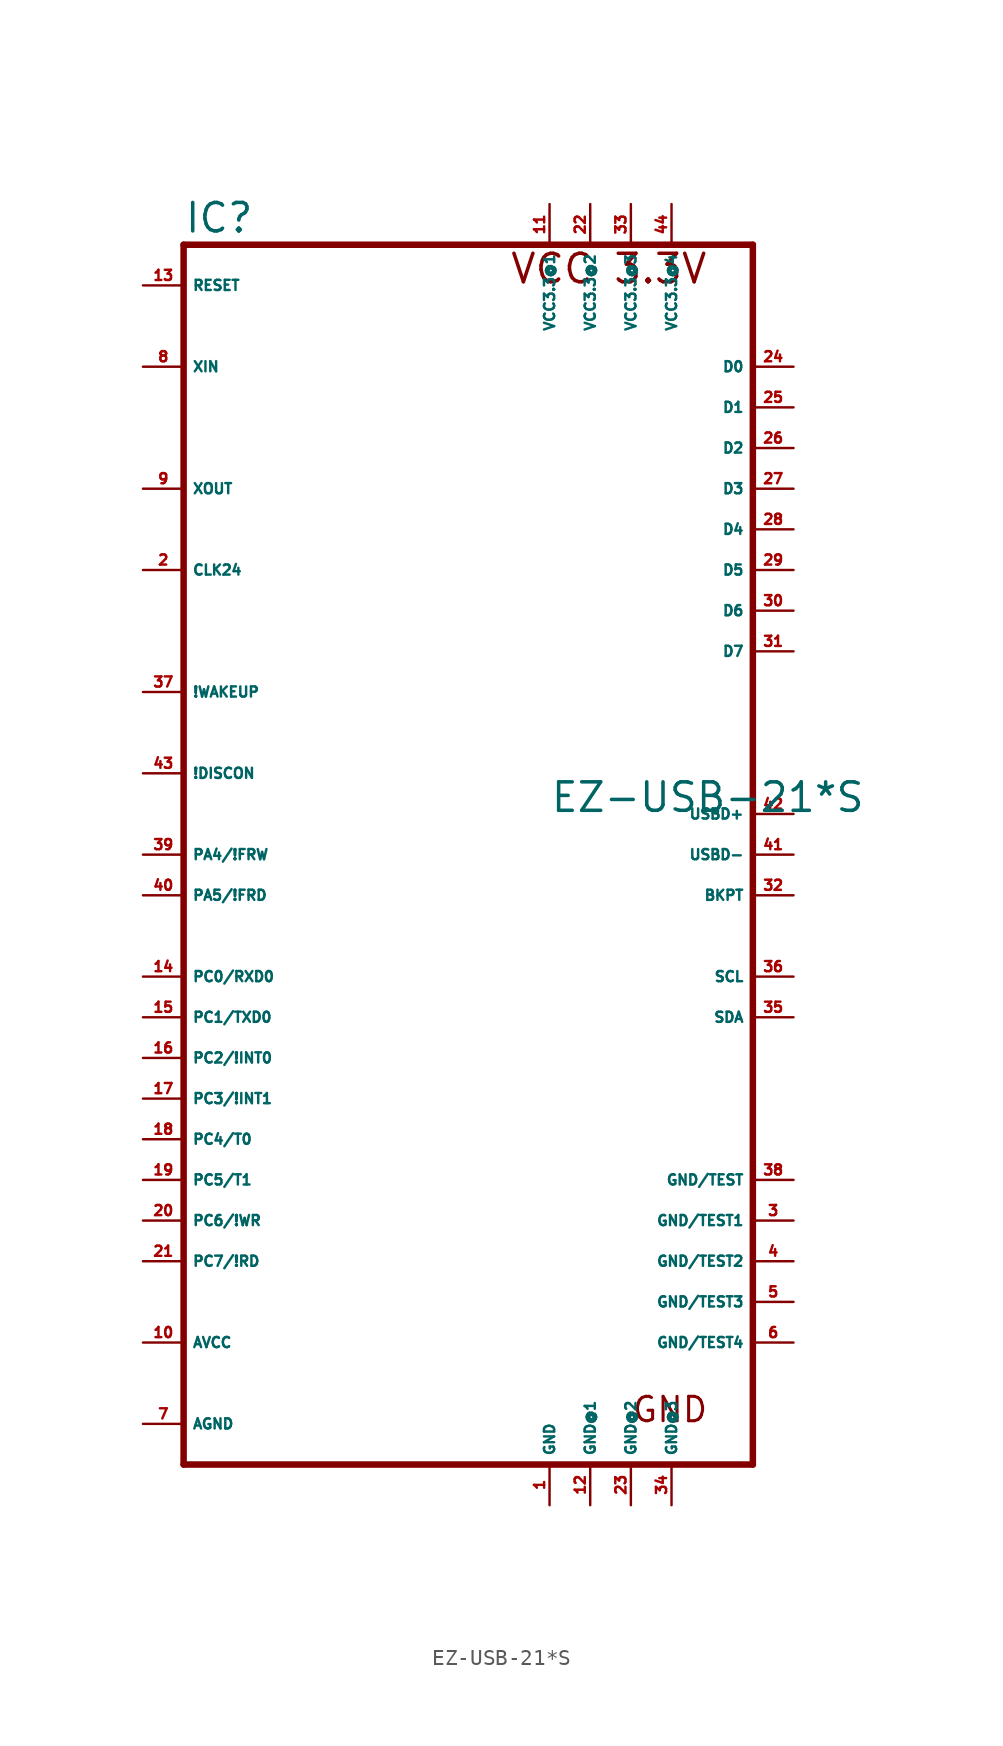
<source format=kicad_sym>
(kicad_symbol_lib
  (version 20220914)
  (generator Eagle2Kicad)
  (symbol "EZ-USB-21*S"
    (property "Reference" "IC"
      (at -17.78 38.735 0)
      (effects (font (size 1.778 1.778) (thickness 0.22)) (justify left bottom)))
    (property "Value" "EZ-USB-21*S"
      (at 5.08 2.54 0)
      (effects (font (size 1.778 1.778) (thickness 0.22)) (justify left bottom)))
    (polyline
      (pts (xy 17.78 38.1) (xy 17.78 -38.1))
      (stroke (width 0.406) (type default))
      (fill (type none)))
    (polyline
      (pts (xy -17.78 -38.1) (xy 17.78 -38.1))
      (stroke (width 0.406) (type default))
      (fill (type none)))
    (polyline
      (pts (xy -17.78 -38.1) (xy -17.78 38.1))
      (stroke (width 0.406) (type default))
      (fill (type none)))
    (polyline
      (pts (xy 17.78 38.1) (xy -17.78 38.1))
      (stroke (width 0.406) (type default))
      (fill (type none)))
    (text "VCC 3.3V"
      (at 2.54 35.56 0)
      (effects (font (size 1.778 1.778) (thickness 0.22)) (justify left bottom)))
    (text "GND"
      (at 10.16 -35.56 0)
      (effects (font (size 1.524 1.524) (thickness 0.19)) (justify left bottom)))
    (pin output line
      (at -20.32 22.86 0)
      (length 2.54)
      (name "XOUT" (effects (font (size 0.635 0.635) (thickness 0.08)) (justify left bottom)))
      (number "9" (effects (font (size 0.635 0.635) (thickness 0.08)) (justify left bottom))))
    (pin input line
      (at -20.32 30.48 0)
      (length 2.54)
      (name "XIN" (effects (font (size 0.635 0.635) (thickness 0.08)) (justify left bottom)))
      (number "8" (effects (font (size 0.635 0.635) (thickness 0.08)) (justify left bottom))))
    (pin open_collector line
      (at 20.32 -7.62 180)
      (length 2.54)
      (name "SCL" (effects (font (size 0.635 0.635) (thickness 0.08)) (justify left bottom)))
      (number "36" (effects (font (size 0.635 0.635) (thickness 0.08)) (justify left bottom))))
    (pin open_collector line
      (at 20.32 -10.16 180)
      (length 2.54)
      (name "SDA" (effects (font (size 0.635 0.635) (thickness 0.08)) (justify left bottom)))
      (number "35" (effects (font (size 0.635 0.635) (thickness 0.08)) (justify left bottom))))
    (pin input line
      (at -20.32 35.56 0)
      (length 2.54)
      (name "RESET" (effects (font (size 0.635 0.635) (thickness 0.08)) (justify left bottom)))
      (number "13" (effects (font (size 0.635 0.635) (thickness 0.08)) (justify left bottom))))
    (pin bidirectional line
      (at -20.32 0 0)
      (length 2.54)
      (name "PA4/!FRW" (effects (font (size 0.635 0.635) (thickness 0.08)) (justify left bottom)))
      (number "39" (effects (font (size 0.635 0.635) (thickness 0.08)) (justify left bottom))))
    (pin bidirectional line
      (at -20.32 -2.54 0)
      (length 2.54)
      (name "PA5/!FRD" (effects (font (size 0.635 0.635) (thickness 0.08)) (justify left bottom)))
      (number "40" (effects (font (size 0.635 0.635) (thickness 0.08)) (justify left bottom))))
    (pin tri_state line
      (at 20.32 30.48 180)
      (length 2.54)
      (name "D0" (effects (font (size 0.635 0.635) (thickness 0.08)) (justify left bottom)))
      (number "24" (effects (font (size 0.635 0.635) (thickness 0.08)) (justify left bottom))))
    (pin tri_state line
      (at 20.32 27.94 180)
      (length 2.54)
      (name "D1" (effects (font (size 0.635 0.635) (thickness 0.08)) (justify left bottom)))
      (number "25" (effects (font (size 0.635 0.635) (thickness 0.08)) (justify left bottom))))
    (pin tri_state line
      (at 20.32 25.4 180)
      (length 2.54)
      (name "D2" (effects (font (size 0.635 0.635) (thickness 0.08)) (justify left bottom)))
      (number "26" (effects (font (size 0.635 0.635) (thickness 0.08)) (justify left bottom))))
    (pin tri_state line
      (at 20.32 22.86 180)
      (length 2.54)
      (name "D3" (effects (font (size 0.635 0.635) (thickness 0.08)) (justify left bottom)))
      (number "27" (effects (font (size 0.635 0.635) (thickness 0.08)) (justify left bottom))))
    (pin tri_state line
      (at 20.32 20.32 180)
      (length 2.54)
      (name "D4" (effects (font (size 0.635 0.635) (thickness 0.08)) (justify left bottom)))
      (number "28" (effects (font (size 0.635 0.635) (thickness 0.08)) (justify left bottom))))
    (pin tri_state line
      (at 20.32 17.78 180)
      (length 2.54)
      (name "D5" (effects (font (size 0.635 0.635) (thickness 0.08)) (justify left bottom)))
      (number "29" (effects (font (size 0.635 0.635) (thickness 0.08)) (justify left bottom))))
    (pin tri_state line
      (at 20.32 15.24 180)
      (length 2.54)
      (name "D6" (effects (font (size 0.635 0.635) (thickness 0.08)) (justify left bottom)))
      (number "30" (effects (font (size 0.635 0.635) (thickness 0.08)) (justify left bottom))))
    (pin tri_state line
      (at 20.32 12.7 180)
      (length 2.54)
      (name "D7" (effects (font (size 0.635 0.635) (thickness 0.08)) (justify left bottom)))
      (number "31" (effects (font (size 0.635 0.635) (thickness 0.08)) (justify left bottom))))
    (pin unspecified line
      (at -20.32 -30.48 0)
      (length 2.54)
      (name "AVCC" (effects (font (size 0.635 0.635) (thickness 0.08)) (justify left bottom)))
      (number "10" (effects (font (size 0.635 0.635) (thickness 0.08)) (justify left bottom))))
    (pin unspecified line
      (at -20.32 -35.56 0)
      (length 2.54)
      (name "AGND" (effects (font (size 0.635 0.635) (thickness 0.08)) (justify left bottom)))
      (number "7" (effects (font (size 0.635 0.635) (thickness 0.08)) (justify left bottom))))
    (pin output line
      (at -20.32 5.08 0)
      (length 2.54)
      (name "!DISCON" (effects (font (size 0.635 0.635) (thickness 0.08)) (justify left bottom)))
      (number "43" (effects (font (size 0.635 0.635) (thickness 0.08)) (justify left bottom))))
    (pin tri_state line
      (at 20.32 2.54 180)
      (length 2.54)
      (name "USBD+" (effects (font (size 0.635 0.635) (thickness 0.08)) (justify left bottom)))
      (number "42" (effects (font (size 0.635 0.635) (thickness 0.08)) (justify left bottom))))
    (pin tri_state line
      (at 20.32 0 180)
      (length 2.54)
      (name "USBD-" (effects (font (size 0.635 0.635) (thickness 0.08)) (justify left bottom)))
      (number "41" (effects (font (size 0.635 0.635) (thickness 0.08)) (justify left bottom))))
    (pin output line
      (at 20.32 -2.54 180)
      (length 2.54)
      (name "BKPT" (effects (font (size 0.635 0.635) (thickness 0.08)) (justify left bottom)))
      (number "32" (effects (font (size 0.635 0.635) (thickness 0.08)) (justify left bottom))))
    (pin bidirectional line
      (at -20.32 -7.62 0)
      (length 2.54)
      (name "PC0/RXD0" (effects (font (size 0.635 0.635) (thickness 0.08)) (justify left bottom)))
      (number "14" (effects (font (size 0.635 0.635) (thickness 0.08)) (justify left bottom))))
    (pin bidirectional line
      (at -20.32 -10.16 0)
      (length 2.54)
      (name "PC1/TXD0" (effects (font (size 0.635 0.635) (thickness 0.08)) (justify left bottom)))
      (number "15" (effects (font (size 0.635 0.635) (thickness 0.08)) (justify left bottom))))
    (pin bidirectional line
      (at -20.32 -12.7 0)
      (length 2.54)
      (name "PC2/!INT0" (effects (font (size 0.635 0.635) (thickness 0.08)) (justify left bottom)))
      (number "16" (effects (font (size 0.635 0.635) (thickness 0.08)) (justify left bottom))))
    (pin bidirectional line
      (at -20.32 -15.24 0)
      (length 2.54)
      (name "PC3/!INT1" (effects (font (size 0.635 0.635) (thickness 0.08)) (justify left bottom)))
      (number "17" (effects (font (size 0.635 0.635) (thickness 0.08)) (justify left bottom))))
    (pin bidirectional line
      (at -20.32 -17.78 0)
      (length 2.54)
      (name "PC4/T0" (effects (font (size 0.635 0.635) (thickness 0.08)) (justify left bottom)))
      (number "18" (effects (font (size 0.635 0.635) (thickness 0.08)) (justify left bottom))))
    (pin bidirectional line
      (at -20.32 -20.32 0)
      (length 2.54)
      (name "PC5/T1" (effects (font (size 0.635 0.635) (thickness 0.08)) (justify left bottom)))
      (number "19" (effects (font (size 0.635 0.635) (thickness 0.08)) (justify left bottom))))
    (pin bidirectional line
      (at -20.32 -22.86 0)
      (length 2.54)
      (name "PC6/!WR" (effects (font (size 0.635 0.635) (thickness 0.08)) (justify left bottom)))
      (number "20" (effects (font (size 0.635 0.635) (thickness 0.08)) (justify left bottom))))
    (pin bidirectional line
      (at -20.32 -25.4 0)
      (length 2.54)
      (name "PC7/!RD" (effects (font (size 0.635 0.635) (thickness 0.08)) (justify left bottom)))
      (number "21" (effects (font (size 0.635 0.635) (thickness 0.08)) (justify left bottom))))
    (pin output line
      (at -20.32 17.78 0)
      (length 2.54)
      (name "CLK24" (effects (font (size 0.635 0.635) (thickness 0.08)) (justify left bottom)))
      (number "2" (effects (font (size 0.635 0.635) (thickness 0.08)) (justify left bottom))))
    (pin input line
      (at -20.32 10.16 0)
      (length 2.54)
      (name "!WAKEUP" (effects (font (size 0.635 0.635) (thickness 0.08)) (justify left bottom)))
      (number "37" (effects (font (size 0.635 0.635) (thickness 0.08)) (justify left bottom))))
    (pin unspecified line
      (at 5.08 40.64 270)
      (length 2.54)
      (name "VCC3.3@1" (effects (font (size 0.635 0.635) (thickness 0.08)) (justify left bottom)))
      (number "11" (effects (font (size 0.635 0.635) (thickness 0.08)) (justify left bottom))))
    (pin unspecified line
      (at 7.62 40.64 270)
      (length 2.54)
      (name "VCC3.3@2" (effects (font (size 0.635 0.635) (thickness 0.08)) (justify left bottom)))
      (number "22" (effects (font (size 0.635 0.635) (thickness 0.08)) (justify left bottom))))
    (pin unspecified line
      (at 10.16 40.64 270)
      (length 2.54)
      (name "VCC3.3@3" (effects (font (size 0.635 0.635) (thickness 0.08)) (justify left bottom)))
      (number "33" (effects (font (size 0.635 0.635) (thickness 0.08)) (justify left bottom))))
    (pin unspecified line
      (at 12.7 40.64 270)
      (length 2.54)
      (name "VCC3.3@4" (effects (font (size 0.635 0.635) (thickness 0.08)) (justify left bottom)))
      (number "44" (effects (font (size 0.635 0.635) (thickness 0.08)) (justify left bottom))))
    (pin unspecified line
      (at 5.08 -40.64 90)
      (length 2.54)
      (name "GND" (effects (font (size 0.635 0.635) (thickness 0.08)) (justify left bottom)))
      (number "1" (effects (font (size 0.635 0.635) (thickness 0.08)) (justify left bottom))))
    (pin unspecified line
      (at 7.62 -40.64 90)
      (length 2.54)
      (name "GND@1" (effects (font (size 0.635 0.635) (thickness 0.08)) (justify left bottom)))
      (number "12" (effects (font (size 0.635 0.635) (thickness 0.08)) (justify left bottom))))
    (pin unspecified line
      (at 10.16 -40.64 90)
      (length 2.54)
      (name "GND@2" (effects (font (size 0.635 0.635) (thickness 0.08)) (justify left bottom)))
      (number "23" (effects (font (size 0.635 0.635) (thickness 0.08)) (justify left bottom))))
    (pin unspecified line
      (at 12.7 -40.64 90)
      (length 2.54)
      (name "GND@3" (effects (font (size 0.635 0.635) (thickness 0.08)) (justify left bottom)))
      (number "34" (effects (font (size 0.635 0.635) (thickness 0.08)) (justify left bottom))))
    (pin unspecified line
      (at 20.32 -20.32 180)
      (length 2.54)
      (name "GND/TEST" (effects (font (size 0.635 0.635) (thickness 0.08)) (justify left bottom)))
      (number "38" (effects (font (size 0.635 0.635) (thickness 0.08)) (justify left bottom))))
    (pin unspecified line
      (at 20.32 -22.86 180)
      (length 2.54)
      (name "GND/TEST1" (effects (font (size 0.635 0.635) (thickness 0.08)) (justify left bottom)))
      (number "3" (effects (font (size 0.635 0.635) (thickness 0.08)) (justify left bottom))))
    (pin unspecified line
      (at 20.32 -25.4 180)
      (length 2.54)
      (name "GND/TEST2" (effects (font (size 0.635 0.635) (thickness 0.08)) (justify left bottom)))
      (number "4" (effects (font (size 0.635 0.635) (thickness 0.08)) (justify left bottom))))
    (pin unspecified line
      (at 20.32 -27.94 180)
      (length 2.54)
      (name "GND/TEST3" (effects (font (size 0.635 0.635) (thickness 0.08)) (justify left bottom)))
      (number "5" (effects (font (size 0.635 0.635) (thickness 0.08)) (justify left bottom))))
    (pin unspecified line
      (at 20.32 -30.48 180)
      (length 2.54)
      (name "GND/TEST4" (effects (font (size 0.635 0.635) (thickness 0.08)) (justify left bottom)))
      (number "6" (effects (font (size 0.635 0.635) (thickness 0.08)) (justify left bottom))))))
</source>
